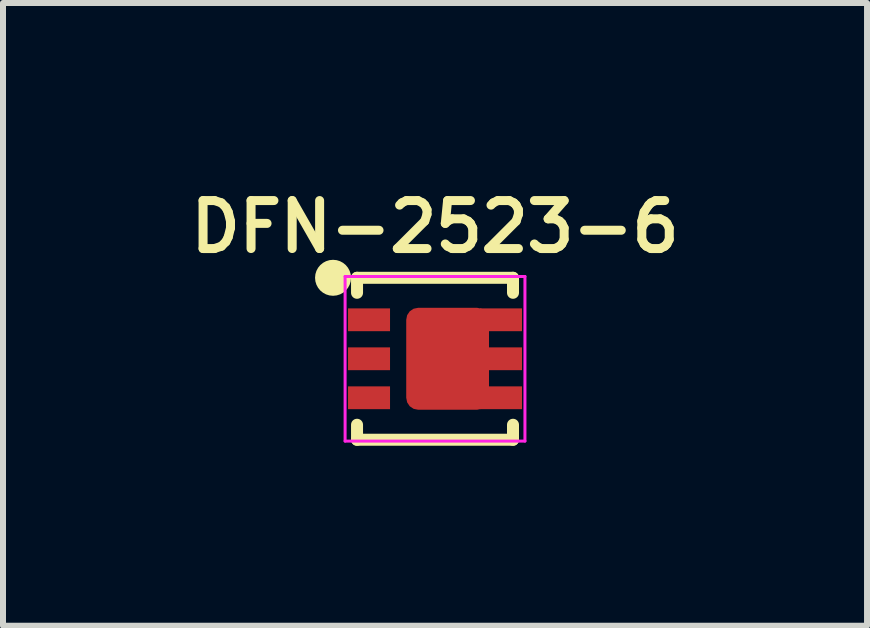
<source format=kicad_pcb>
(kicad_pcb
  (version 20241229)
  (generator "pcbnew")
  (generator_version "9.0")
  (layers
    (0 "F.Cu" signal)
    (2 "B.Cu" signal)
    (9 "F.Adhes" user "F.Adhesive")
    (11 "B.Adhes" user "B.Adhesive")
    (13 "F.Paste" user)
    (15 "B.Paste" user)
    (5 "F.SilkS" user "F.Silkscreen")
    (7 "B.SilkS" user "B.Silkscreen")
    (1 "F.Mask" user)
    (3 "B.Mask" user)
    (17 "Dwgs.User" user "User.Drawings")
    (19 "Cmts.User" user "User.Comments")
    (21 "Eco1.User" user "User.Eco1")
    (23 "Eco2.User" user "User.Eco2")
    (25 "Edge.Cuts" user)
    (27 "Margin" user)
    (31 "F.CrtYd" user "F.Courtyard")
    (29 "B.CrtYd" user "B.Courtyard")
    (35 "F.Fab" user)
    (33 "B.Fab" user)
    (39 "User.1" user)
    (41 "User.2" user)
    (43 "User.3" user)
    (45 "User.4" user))
  (footprint "DFN-2523-6"
    (layer "F.Cu")
    (at 4.202 2.931)
    (property "Reference" "DFN-2523-6" (at 0 -2.2 0) (layer "F.SilkS") (effects (font (size 0.8 0.8) (thickness 0.15))))
    (attr smd)
    (fp_line (start -1.3 -1.35) (end -1.3 -1.1) (stroke (width 0.2) (type solid)) (layer "F.SilkS"))
    (fp_line (start -1.3 -1.35) (end 1.3 -1.35) (stroke (width 0.2) (type solid)) (layer "F.SilkS"))
    (fp_line (start -1.3 1.35) (end -1.3 1.1) (stroke (width 0.2) (type solid)) (layer "F.SilkS"))
    (fp_line (start 1.3 -1.35) (end 1.3 -1.1) (stroke (width 0.2) (type solid)) (layer "F.SilkS"))
    (fp_line (start 1.3 1.35) (end -1.3 1.35) (stroke (width 0.2) (type solid)) (layer "F.SilkS"))
    (fp_line (start 1.3 1.35) (end 1.3 1.1) (stroke (width 0.2) (type solid)) (layer "F.SilkS"))
    (fp_circle (center -1.7 -1.35) (end -1.55 -1.35) (stroke (width 0.3) (type solid)) (fill no) (layer "F.SilkS"))
    (fp_line (start -1.499 -1.372) (end -1.499 1.372) (stroke (width 0.05) (type solid)) (layer "F.CrtYd"))
    (fp_line (start -1.499 -1.372) (end 1.499 -1.372) (stroke (width 0.05) (type solid)) (layer "F.CrtYd"))
    (fp_line (start -1.499 1.372) (end 1.499 1.372) (stroke (width 0.05) (type solid)) (layer "F.CrtYd"))
    (fp_line (start 1.499 -1.372) (end 1.499 1.372) (stroke (width 0.05) (type solid)) (layer "F.CrtYd"))
    (pad "1" smd rect (at -1.1 -0.65) (size 0.7 0.38) (layers "F.Cu" "F.Mask" "F.Paste"))
    (pad "2" smd rect (at -1.1 0) (size 0.7 0.38) (layers "F.Cu" "F.Mask" "F.Paste"))
    (pad "3" smd rect (at -1.1 0.65) (size 0.7 0.38) (layers "F.Cu" "F.Mask" "F.Paste"))
    (pad "4" smd rect (at 1.1 0.65) (size 0.7 0.38) (layers "F.Cu" "F.Mask" "F.Paste"))
    (pad "5" smd rect (at 1.1 0) (size 0.7 0.38) (layers "F.Cu" "F.Mask" "F.Paste"))
    (pad "6" smd roundrect (at 0.21 0) (size 1.38 1.7) (layers "F.Cu" "F.Mask" "F.Paste") (roundrect_rratio 0.145))
    (pad "6" smd rect (at 1.1 -0.65) (size 0.7 0.38) (layers "F.Cu" "F.Mask" "F.Paste")))
  (gr_rect
    (start -3 -3)
    (end 11.404 7.381)
    (stroke (width 0.1) (type default))
    (fill no)
    (layer "Edge.Cuts")))
</source>
